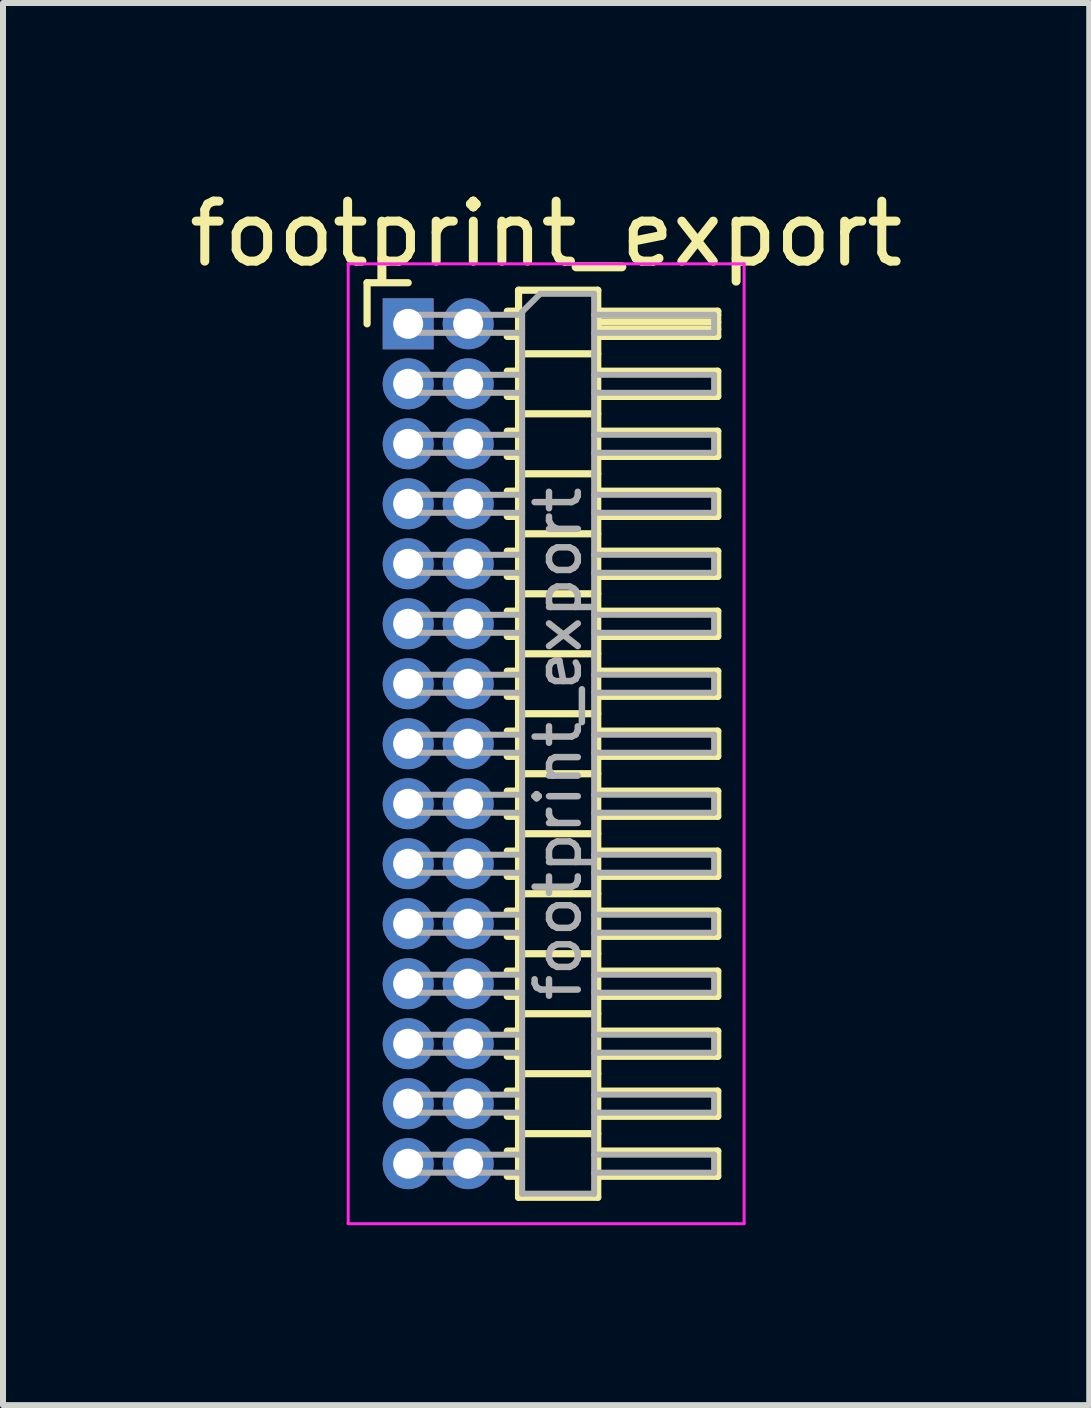
<source format=kicad_pcb>
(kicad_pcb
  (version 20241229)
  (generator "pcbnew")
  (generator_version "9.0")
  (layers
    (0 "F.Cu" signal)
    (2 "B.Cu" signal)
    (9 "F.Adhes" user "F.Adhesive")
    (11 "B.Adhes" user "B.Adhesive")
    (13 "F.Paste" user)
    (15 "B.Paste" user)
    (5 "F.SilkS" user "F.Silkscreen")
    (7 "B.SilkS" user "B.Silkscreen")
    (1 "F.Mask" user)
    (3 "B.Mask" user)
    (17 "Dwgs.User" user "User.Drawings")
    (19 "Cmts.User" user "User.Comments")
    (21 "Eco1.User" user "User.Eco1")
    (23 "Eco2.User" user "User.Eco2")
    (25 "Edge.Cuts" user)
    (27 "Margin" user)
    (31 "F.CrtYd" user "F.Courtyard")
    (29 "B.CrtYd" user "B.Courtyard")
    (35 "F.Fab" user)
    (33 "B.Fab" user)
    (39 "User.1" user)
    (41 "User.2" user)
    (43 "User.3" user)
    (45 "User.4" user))
  (footprint "footprint_export"
    (layer "F.Cu")
    (at 3.754 2.348)
    (property "Reference" "footprint_export" (at 2.3 -1.5 0) (layer "F.SilkS") (effects (font (size 1 1) (thickness 0.15))))
    (attr through_hole)
    (fp_line (start -0.685 -0.685) (end 0 -0.685) (stroke (width 0.12) (type solid)) (layer "F.SilkS"))
    (fp_line (start -0.685 0) (end -0.685 -0.685) (stroke (width 0.12) (type solid)) (layer "F.SilkS"))
    (fp_line (start 1.652 -0.21) (end 1.84 -0.21) (stroke (width 0.12) (type solid)) (layer "F.SilkS"))
    (fp_line (start 1.652 0.21) (end 1.84 0.21) (stroke (width 0.12) (type solid)) (layer "F.SilkS"))
    (fp_line (start 1.652 0.79) (end 1.84 0.79) (stroke (width 0.12) (type solid)) (layer "F.SilkS"))
    (fp_line (start 1.652 1.21) (end 1.84 1.21) (stroke (width 0.12) (type solid)) (layer "F.SilkS"))
    (fp_line (start 1.652 1.79) (end 1.84 1.79) (stroke (width 0.12) (type solid)) (layer "F.SilkS"))
    (fp_line (start 1.652 2.21) (end 1.84 2.21) (stroke (width 0.12) (type solid)) (layer "F.SilkS"))
    (fp_line (start 1.652 2.79) (end 1.84 2.79) (stroke (width 0.12) (type solid)) (layer "F.SilkS"))
    (fp_line (start 1.652 3.21) (end 1.84 3.21) (stroke (width 0.12) (type solid)) (layer "F.SilkS"))
    (fp_line (start 1.652 3.79) (end 1.84 3.79) (stroke (width 0.12) (type solid)) (layer "F.SilkS"))
    (fp_line (start 1.652 4.21) (end 1.84 4.21) (stroke (width 0.12) (type solid)) (layer "F.SilkS"))
    (fp_line (start 1.652 4.79) (end 1.84 4.79) (stroke (width 0.12) (type solid)) (layer "F.SilkS"))
    (fp_line (start 1.652 5.21) (end 1.84 5.21) (stroke (width 0.12) (type solid)) (layer "F.SilkS"))
    (fp_line (start 1.652 5.79) (end 1.84 5.79) (stroke (width 0.12) (type solid)) (layer "F.SilkS"))
    (fp_line (start 1.652 6.21) (end 1.84 6.21) (stroke (width 0.12) (type solid)) (layer "F.SilkS"))
    (fp_line (start 1.652 6.79) (end 1.84 6.79) (stroke (width 0.12) (type solid)) (layer "F.SilkS"))
    (fp_line (start 1.652 7.21) (end 1.84 7.21) (stroke (width 0.12) (type solid)) (layer "F.SilkS"))
    (fp_line (start 1.652 7.79) (end 1.84 7.79) (stroke (width 0.12) (type solid)) (layer "F.SilkS"))
    (fp_line (start 1.652 8.21) (end 1.84 8.21) (stroke (width 0.12) (type solid)) (layer "F.SilkS"))
    (fp_line (start 1.652 8.79) (end 1.84 8.79) (stroke (width 0.12) (type solid)) (layer "F.SilkS"))
    (fp_line (start 1.652 9.21) (end 1.84 9.21) (stroke (width 0.12) (type solid)) (layer "F.SilkS"))
    (fp_line (start 1.652 9.79) (end 1.84 9.79) (stroke (width 0.12) (type solid)) (layer "F.SilkS"))
    (fp_line (start 1.652 10.21) (end 1.84 10.21) (stroke (width 0.12) (type solid)) (layer "F.SilkS"))
    (fp_line (start 1.652 10.79) (end 1.84 10.79) (stroke (width 0.12) (type solid)) (layer "F.SilkS"))
    (fp_line (start 1.652 11.21) (end 1.84 11.21) (stroke (width 0.12) (type solid)) (layer "F.SilkS"))
    (fp_line (start 1.652 11.79) (end 1.84 11.79) (stroke (width 0.12) (type solid)) (layer "F.SilkS"))
    (fp_line (start 1.652 12.21) (end 1.84 12.21) (stroke (width 0.12) (type solid)) (layer "F.SilkS"))
    (fp_line (start 1.652 12.79) (end 1.84 12.79) (stroke (width 0.12) (type solid)) (layer "F.SilkS"))
    (fp_line (start 1.652 13.21) (end 1.84 13.21) (stroke (width 0.12) (type solid)) (layer "F.SilkS"))
    (fp_line (start 1.652 13.79) (end 1.84 13.79) (stroke (width 0.12) (type solid)) (layer "F.SilkS"))
    (fp_line (start 1.652 14.21) (end 1.84 14.21) (stroke (width 0.12) (type solid)) (layer "F.SilkS"))
    (fp_line (start 1.84 -0.56) (end 1.84 14.56) (stroke (width 0.12) (type solid)) (layer "F.SilkS"))
    (fp_line (start 1.84 0.5) (end 3.16 0.5) (stroke (width 0.12) (type solid)) (layer "F.SilkS"))
    (fp_line (start 1.84 1.5) (end 3.16 1.5) (stroke (width 0.12) (type solid)) (layer "F.SilkS"))
    (fp_line (start 1.84 2.5) (end 3.16 2.5) (stroke (width 0.12) (type solid)) (layer "F.SilkS"))
    (fp_line (start 1.84 3.5) (end 3.16 3.5) (stroke (width 0.12) (type solid)) (layer "F.SilkS"))
    (fp_line (start 1.84 4.5) (end 3.16 4.5) (stroke (width 0.12) (type solid)) (layer "F.SilkS"))
    (fp_line (start 1.84 5.5) (end 3.16 5.5) (stroke (width 0.12) (type solid)) (layer "F.SilkS"))
    (fp_line (start 1.84 6.5) (end 3.16 6.5) (stroke (width 0.12) (type solid)) (layer "F.SilkS"))
    (fp_line (start 1.84 7.5) (end 3.16 7.5) (stroke (width 0.12) (type solid)) (layer "F.SilkS"))
    (fp_line (start 1.84 8.5) (end 3.16 8.5) (stroke (width 0.12) (type solid)) (layer "F.SilkS"))
    (fp_line (start 1.84 9.5) (end 3.16 9.5) (stroke (width 0.12) (type solid)) (layer "F.SilkS"))
    (fp_line (start 1.84 10.5) (end 3.16 10.5) (stroke (width 0.12) (type solid)) (layer "F.SilkS"))
    (fp_line (start 1.84 11.5) (end 3.16 11.5) (stroke (width 0.12) (type solid)) (layer "F.SilkS"))
    (fp_line (start 1.84 12.5) (end 3.16 12.5) (stroke (width 0.12) (type solid)) (layer "F.SilkS"))
    (fp_line (start 1.84 13.5) (end 3.16 13.5) (stroke (width 0.12) (type solid)) (layer "F.SilkS"))
    (fp_line (start 1.84 14.56) (end 3.16 14.56) (stroke (width 0.12) (type solid)) (layer "F.SilkS"))
    (fp_line (start 3.16 -0.56) (end 1.84 -0.56) (stroke (width 0.12) (type solid)) (layer "F.SilkS"))
    (fp_line (start 3.16 -0.21) (end 5.16 -0.21) (stroke (width 0.12) (type solid)) (layer "F.SilkS"))
    (fp_line (start 3.16 -0.15) (end 5.16 -0.15) (stroke (width 0.12) (type solid)) (layer "F.SilkS"))
    (fp_line (start 3.16 -0.03) (end 5.16 -0.03) (stroke (width 0.12) (type solid)) (layer "F.SilkS"))
    (fp_line (start 3.16 0.09) (end 5.16 0.09) (stroke (width 0.12) (type solid)) (layer "F.SilkS"))
    (fp_line (start 3.16 0.79) (end 5.16 0.79) (stroke (width 0.12) (type solid)) (layer "F.SilkS"))
    (fp_line (start 3.16 1.79) (end 5.16 1.79) (stroke (width 0.12) (type solid)) (layer "F.SilkS"))
    (fp_line (start 3.16 2.79) (end 5.16 2.79) (stroke (width 0.12) (type solid)) (layer "F.SilkS"))
    (fp_line (start 3.16 3.79) (end 5.16 3.79) (stroke (width 0.12) (type solid)) (layer "F.SilkS"))
    (fp_line (start 3.16 4.79) (end 5.16 4.79) (stroke (width 0.12) (type solid)) (layer "F.SilkS"))
    (fp_line (start 3.16 5.79) (end 5.16 5.79) (stroke (width 0.12) (type solid)) (layer "F.SilkS"))
    (fp_line (start 3.16 6.79) (end 5.16 6.79) (stroke (width 0.12) (type solid)) (layer "F.SilkS"))
    (fp_line (start 3.16 7.79) (end 5.16 7.79) (stroke (width 0.12) (type solid)) (layer "F.SilkS"))
    (fp_line (start 3.16 8.79) (end 5.16 8.79) (stroke (width 0.12) (type solid)) (layer "F.SilkS"))
    (fp_line (start 3.16 9.79) (end 5.16 9.79) (stroke (width 0.12) (type solid)) (layer "F.SilkS"))
    (fp_line (start 3.16 10.79) (end 5.16 10.79) (stroke (width 0.12) (type solid)) (layer "F.SilkS"))
    (fp_line (start 3.16 11.79) (end 5.16 11.79) (stroke (width 0.12) (type solid)) (layer "F.SilkS"))
    (fp_line (start 3.16 12.79) (end 5.16 12.79) (stroke (width 0.12) (type solid)) (layer "F.SilkS"))
    (fp_line (start 3.16 13.79) (end 5.16 13.79) (stroke (width 0.12) (type solid)) (layer "F.SilkS"))
    (fp_line (start 3.16 14.56) (end 3.16 -0.56) (stroke (width 0.12) (type solid)) (layer "F.SilkS"))
    (fp_line (start 5.16 -0.21) (end 5.16 0.21) (stroke (width 0.12) (type solid)) (layer "F.SilkS"))
    (fp_line (start 5.16 0.21) (end 3.16 0.21) (stroke (width 0.12) (type solid)) (layer "F.SilkS"))
    (fp_line (start 5.16 0.79) (end 5.16 1.21) (stroke (width 0.12) (type solid)) (layer "F.SilkS"))
    (fp_line (start 5.16 1.21) (end 3.16 1.21) (stroke (width 0.12) (type solid)) (layer "F.SilkS"))
    (fp_line (start 5.16 1.79) (end 5.16 2.21) (stroke (width 0.12) (type solid)) (layer "F.SilkS"))
    (fp_line (start 5.16 2.21) (end 3.16 2.21) (stroke (width 0.12) (type solid)) (layer "F.SilkS"))
    (fp_line (start 5.16 2.79) (end 5.16 3.21) (stroke (width 0.12) (type solid)) (layer "F.SilkS"))
    (fp_line (start 5.16 3.21) (end 3.16 3.21) (stroke (width 0.12) (type solid)) (layer "F.SilkS"))
    (fp_line (start 5.16 3.79) (end 5.16 4.21) (stroke (width 0.12) (type solid)) (layer "F.SilkS"))
    (fp_line (start 5.16 4.21) (end 3.16 4.21) (stroke (width 0.12) (type solid)) (layer "F.SilkS"))
    (fp_line (start 5.16 4.79) (end 5.16 5.21) (stroke (width 0.12) (type solid)) (layer "F.SilkS"))
    (fp_line (start 5.16 5.21) (end 3.16 5.21) (stroke (width 0.12) (type solid)) (layer "F.SilkS"))
    (fp_line (start 5.16 5.79) (end 5.16 6.21) (stroke (width 0.12) (type solid)) (layer "F.SilkS"))
    (fp_line (start 5.16 6.21) (end 3.16 6.21) (stroke (width 0.12) (type solid)) (layer "F.SilkS"))
    (fp_line (start 5.16 6.79) (end 5.16 7.21) (stroke (width 0.12) (type solid)) (layer "F.SilkS"))
    (fp_line (start 5.16 7.21) (end 3.16 7.21) (stroke (width 0.12) (type solid)) (layer "F.SilkS"))
    (fp_line (start 5.16 7.79) (end 5.16 8.21) (stroke (width 0.12) (type solid)) (layer "F.SilkS"))
    (fp_line (start 5.16 8.21) (end 3.16 8.21) (stroke (width 0.12) (type solid)) (layer "F.SilkS"))
    (fp_line (start 5.16 8.79) (end 5.16 9.21) (stroke (width 0.12) (type solid)) (layer "F.SilkS"))
    (fp_line (start 5.16 9.21) (end 3.16 9.21) (stroke (width 0.12) (type solid)) (layer "F.SilkS"))
    (fp_line (start 5.16 9.79) (end 5.16 10.21) (stroke (width 0.12) (type solid)) (layer "F.SilkS"))
    (fp_line (start 5.16 10.21) (end 3.16 10.21) (stroke (width 0.12) (type solid)) (layer "F.SilkS"))
    (fp_line (start 5.16 10.79) (end 5.16 11.21) (stroke (width 0.12) (type solid)) (layer "F.SilkS"))
    (fp_line (start 5.16 11.21) (end 3.16 11.21) (stroke (width 0.12) (type solid)) (layer "F.SilkS"))
    (fp_line (start 5.16 11.79) (end 5.16 12.21) (stroke (width 0.12) (type solid)) (layer "F.SilkS"))
    (fp_line (start 5.16 12.21) (end 3.16 12.21) (stroke (width 0.12) (type solid)) (layer "F.SilkS"))
    (fp_line (start 5.16 12.79) (end 5.16 13.21) (stroke (width 0.12) (type solid)) (layer "F.SilkS"))
    (fp_line (start 5.16 13.21) (end 3.16 13.21) (stroke (width 0.12) (type solid)) (layer "F.SilkS"))
    (fp_line (start 5.16 13.79) (end 5.16 14.21) (stroke (width 0.12) (type solid)) (layer "F.SilkS"))
    (fp_line (start 5.16 14.21) (end 3.16 14.21) (stroke (width 0.12) (type solid)) (layer "F.SilkS"))
    (fp_line (start -1 -1) (end -1 15) (stroke (width 0.05) (type solid)) (layer "F.CrtYd"))
    (fp_line (start -1 15) (end 5.6 15) (stroke (width 0.05) (type solid)) (layer "F.CrtYd"))
    (fp_line (start 5.6 -1) (end -1 -1) (stroke (width 0.05) (type solid)) (layer "F.CrtYd"))
    (fp_line (start 5.6 15) (end 5.6 -1) (stroke (width 0.05) (type solid)) (layer "F.CrtYd"))
    (fp_line (start -0.15 -0.15) (end -0.15 0.15) (stroke (width 0.1) (type solid)) (layer "F.Fab"))
    (fp_line (start -0.15 -0.15) (end 1.9 -0.15) (stroke (width 0.1) (type solid)) (layer "F.Fab"))
    (fp_line (start -0.15 0.15) (end 1.9 0.15) (stroke (width 0.1) (type solid)) (layer "F.Fab"))
    (fp_line (start -0.15 0.85) (end -0.15 1.15) (stroke (width 0.1) (type solid)) (layer "F.Fab"))
    (fp_line (start -0.15 0.85) (end 1.9 0.85) (stroke (width 0.1) (type solid)) (layer "F.Fab"))
    (fp_line (start -0.15 1.15) (end 1.9 1.15) (stroke (width 0.1) (type solid)) (layer "F.Fab"))
    (fp_line (start -0.15 1.85) (end -0.15 2.15) (stroke (width 0.1) (type solid)) (layer "F.Fab"))
    (fp_line (start -0.15 1.85) (end 1.9 1.85) (stroke (width 0.1) (type solid)) (layer "F.Fab"))
    (fp_line (start -0.15 2.15) (end 1.9 2.15) (stroke (width 0.1) (type solid)) (layer "F.Fab"))
    (fp_line (start -0.15 2.85) (end -0.15 3.15) (stroke (width 0.1) (type solid)) (layer "F.Fab"))
    (fp_line (start -0.15 2.85) (end 1.9 2.85) (stroke (width 0.1) (type solid)) (layer "F.Fab"))
    (fp_line (start -0.15 3.15) (end 1.9 3.15) (stroke (width 0.1) (type solid)) (layer "F.Fab"))
    (fp_line (start -0.15 3.85) (end -0.15 4.15) (stroke (width 0.1) (type solid)) (layer "F.Fab"))
    (fp_line (start -0.15 3.85) (end 1.9 3.85) (stroke (width 0.1) (type solid)) (layer "F.Fab"))
    (fp_line (start -0.15 4.15) (end 1.9 4.15) (stroke (width 0.1) (type solid)) (layer "F.Fab"))
    (fp_line (start -0.15 4.85) (end -0.15 5.15) (stroke (width 0.1) (type solid)) (layer "F.Fab"))
    (fp_line (start -0.15 4.85) (end 1.9 4.85) (stroke (width 0.1) (type solid)) (layer "F.Fab"))
    (fp_line (start -0.15 5.15) (end 1.9 5.15) (stroke (width 0.1) (type solid)) (layer "F.Fab"))
    (fp_line (start -0.15 5.85) (end -0.15 6.15) (stroke (width 0.1) (type solid)) (layer "F.Fab"))
    (fp_line (start -0.15 5.85) (end 1.9 5.85) (stroke (width 0.1) (type solid)) (layer "F.Fab"))
    (fp_line (start -0.15 6.15) (end 1.9 6.15) (stroke (width 0.1) (type solid)) (layer "F.Fab"))
    (fp_line (start -0.15 6.85) (end -0.15 7.15) (stroke (width 0.1) (type solid)) (layer "F.Fab"))
    (fp_line (start -0.15 6.85) (end 1.9 6.85) (stroke (width 0.1) (type solid)) (layer "F.Fab"))
    (fp_line (start -0.15 7.15) (end 1.9 7.15) (stroke (width 0.1) (type solid)) (layer "F.Fab"))
    (fp_line (start -0.15 7.85) (end -0.15 8.15) (stroke (width 0.1) (type solid)) (layer "F.Fab"))
    (fp_line (start -0.15 7.85) (end 1.9 7.85) (stroke (width 0.1) (type solid)) (layer "F.Fab"))
    (fp_line (start -0.15 8.15) (end 1.9 8.15) (stroke (width 0.1) (type solid)) (layer "F.Fab"))
    (fp_line (start -0.15 8.85) (end -0.15 9.15) (stroke (width 0.1) (type solid)) (layer "F.Fab"))
    (fp_line (start -0.15 8.85) (end 1.9 8.85) (stroke (width 0.1) (type solid)) (layer "F.Fab"))
    (fp_line (start -0.15 9.15) (end 1.9 9.15) (stroke (width 0.1) (type solid)) (layer "F.Fab"))
    (fp_line (start -0.15 9.85) (end -0.15 10.15) (stroke (width 0.1) (type solid)) (layer "F.Fab"))
    (fp_line (start -0.15 9.85) (end 1.9 9.85) (stroke (width 0.1) (type solid)) (layer "F.Fab"))
    (fp_line (start -0.15 10.15) (end 1.9 10.15) (stroke (width 0.1) (type solid)) (layer "F.Fab"))
    (fp_line (start -0.15 10.85) (end -0.15 11.15) (stroke (width 0.1) (type solid)) (layer "F.Fab"))
    (fp_line (start -0.15 10.85) (end 1.9 10.85) (stroke (width 0.1) (type solid)) (layer "F.Fab"))
    (fp_line (start -0.15 11.15) (end 1.9 11.15) (stroke (width 0.1) (type solid)) (layer "F.Fab"))
    (fp_line (start -0.15 11.85) (end -0.15 12.15) (stroke (width 0.1) (type solid)) (layer "F.Fab"))
    (fp_line (start -0.15 11.85) (end 1.9 11.85) (stroke (width 0.1) (type solid)) (layer "F.Fab"))
    (fp_line (start -0.15 12.15) (end 1.9 12.15) (stroke (width 0.1) (type solid)) (layer "F.Fab"))
    (fp_line (start -0.15 12.85) (end -0.15 13.15) (stroke (width 0.1) (type solid)) (layer "F.Fab"))
    (fp_line (start -0.15 12.85) (end 1.9 12.85) (stroke (width 0.1) (type solid)) (layer "F.Fab"))
    (fp_line (start -0.15 13.15) (end 1.9 13.15) (stroke (width 0.1) (type solid)) (layer "F.Fab"))
    (fp_line (start -0.15 13.85) (end -0.15 14.15) (stroke (width 0.1) (type solid)) (layer "F.Fab"))
    (fp_line (start -0.15 13.85) (end 1.9 13.85) (stroke (width 0.1) (type solid)) (layer "F.Fab"))
    (fp_line (start -0.15 14.15) (end 1.9 14.15) (stroke (width 0.1) (type solid)) (layer "F.Fab"))
    (fp_line (start 1.9 -0.2) (end 2.2 -0.5) (stroke (width 0.1) (type solid)) (layer "F.Fab"))
    (fp_line (start 1.9 14.5) (end 1.9 -0.2) (stroke (width 0.1) (type solid)) (layer "F.Fab"))
    (fp_line (start 2.2 -0.5) (end 3.1 -0.5) (stroke (width 0.1) (type solid)) (layer "F.Fab"))
    (fp_line (start 3.1 -0.5) (end 3.1 14.5) (stroke (width 0.1) (type solid)) (layer "F.Fab"))
    (fp_line (start 3.1 -0.15) (end 5.1 -0.15) (stroke (width 0.1) (type solid)) (layer "F.Fab"))
    (fp_line (start 3.1 0.15) (end 5.1 0.15) (stroke (width 0.1) (type solid)) (layer "F.Fab"))
    (fp_line (start 3.1 0.85) (end 5.1 0.85) (stroke (width 0.1) (type solid)) (layer "F.Fab"))
    (fp_line (start 3.1 1.15) (end 5.1 1.15) (stroke (width 0.1) (type solid)) (layer "F.Fab"))
    (fp_line (start 3.1 1.85) (end 5.1 1.85) (stroke (width 0.1) (type solid)) (layer "F.Fab"))
    (fp_line (start 3.1 2.15) (end 5.1 2.15) (stroke (width 0.1) (type solid)) (layer "F.Fab"))
    (fp_line (start 3.1 2.85) (end 5.1 2.85) (stroke (width 0.1) (type solid)) (layer "F.Fab"))
    (fp_line (start 3.1 3.15) (end 5.1 3.15) (stroke (width 0.1) (type solid)) (layer "F.Fab"))
    (fp_line (start 3.1 3.85) (end 5.1 3.85) (stroke (width 0.1) (type solid)) (layer "F.Fab"))
    (fp_line (start 3.1 4.15) (end 5.1 4.15) (stroke (width 0.1) (type solid)) (layer "F.Fab"))
    (fp_line (start 3.1 4.85) (end 5.1 4.85) (stroke (width 0.1) (type solid)) (layer "F.Fab"))
    (fp_line (start 3.1 5.15) (end 5.1 5.15) (stroke (width 0.1) (type solid)) (layer "F.Fab"))
    (fp_line (start 3.1 5.85) (end 5.1 5.85) (stroke (width 0.1) (type solid)) (layer "F.Fab"))
    (fp_line (start 3.1 6.15) (end 5.1 6.15) (stroke (width 0.1) (type solid)) (layer "F.Fab"))
    (fp_line (start 3.1 6.85) (end 5.1 6.85) (stroke (width 0.1) (type solid)) (layer "F.Fab"))
    (fp_line (start 3.1 7.15) (end 5.1 7.15) (stroke (width 0.1) (type solid)) (layer "F.Fab"))
    (fp_line (start 3.1 7.85) (end 5.1 7.85) (stroke (width 0.1) (type solid)) (layer "F.Fab"))
    (fp_line (start 3.1 8.15) (end 5.1 8.15) (stroke (width 0.1) (type solid)) (layer "F.Fab"))
    (fp_line (start 3.1 8.85) (end 5.1 8.85) (stroke (width 0.1) (type solid)) (layer "F.Fab"))
    (fp_line (start 3.1 9.15) (end 5.1 9.15) (stroke (width 0.1) (type solid)) (layer "F.Fab"))
    (fp_line (start 3.1 9.85) (end 5.1 9.85) (stroke (width 0.1) (type solid)) (layer "F.Fab"))
    (fp_line (start 3.1 10.15) (end 5.1 10.15) (stroke (width 0.1) (type solid)) (layer "F.Fab"))
    (fp_line (start 3.1 10.85) (end 5.1 10.85) (stroke (width 0.1) (type solid)) (layer "F.Fab"))
    (fp_line (start 3.1 11.15) (end 5.1 11.15) (stroke (width 0.1) (type solid)) (layer "F.Fab"))
    (fp_line (start 3.1 11.85) (end 5.1 11.85) (stroke (width 0.1) (type solid)) (layer "F.Fab"))
    (fp_line (start 3.1 12.15) (end 5.1 12.15) (stroke (width 0.1) (type solid)) (layer "F.Fab"))
    (fp_line (start 3.1 12.85) (end 5.1 12.85) (stroke (width 0.1) (type solid)) (layer "F.Fab"))
    (fp_line (start 3.1 13.15) (end 5.1 13.15) (stroke (width 0.1) (type solid)) (layer "F.Fab"))
    (fp_line (start 3.1 13.85) (end 5.1 13.85) (stroke (width 0.1) (type solid)) (layer "F.Fab"))
    (fp_line (start 3.1 14.15) (end 5.1 14.15) (stroke (width 0.1) (type solid)) (layer "F.Fab"))
    (fp_line (start 3.1 14.5) (end 1.9 14.5) (stroke (width 0.1) (type solid)) (layer "F.Fab"))
    (fp_line (start 5.1 -0.15) (end 5.1 0.15) (stroke (width 0.1) (type solid)) (layer "F.Fab"))
    (fp_line (start 5.1 0.85) (end 5.1 1.15) (stroke (width 0.1) (type solid)) (layer "F.Fab"))
    (fp_line (start 5.1 1.85) (end 5.1 2.15) (stroke (width 0.1) (type solid)) (layer "F.Fab"))
    (fp_line (start 5.1 2.85) (end 5.1 3.15) (stroke (width 0.1) (type solid)) (layer "F.Fab"))
    (fp_line (start 5.1 3.85) (end 5.1 4.15) (stroke (width 0.1) (type solid)) (layer "F.Fab"))
    (fp_line (start 5.1 4.85) (end 5.1 5.15) (stroke (width 0.1) (type solid)) (layer "F.Fab"))
    (fp_line (start 5.1 5.85) (end 5.1 6.15) (stroke (width 0.1) (type solid)) (layer "F.Fab"))
    (fp_line (start 5.1 6.85) (end 5.1 7.15) (stroke (width 0.1) (type solid)) (layer "F.Fab"))
    (fp_line (start 5.1 7.85) (end 5.1 8.15) (stroke (width 0.1) (type solid)) (layer "F.Fab"))
    (fp_line (start 5.1 8.85) (end 5.1 9.15) (stroke (width 0.1) (type solid)) (layer "F.Fab"))
    (fp_line (start 5.1 9.85) (end 5.1 10.15) (stroke (width 0.1) (type solid)) (layer "F.Fab"))
    (fp_line (start 5.1 10.85) (end 5.1 11.15) (stroke (width 0.1) (type solid)) (layer "F.Fab"))
    (fp_line (start 5.1 11.85) (end 5.1 12.15) (stroke (width 0.1) (type solid)) (layer "F.Fab"))
    (fp_line (start 5.1 12.85) (end 5.1 13.15) (stroke (width 0.1) (type solid)) (layer "F.Fab"))
    (fp_line (start 5.1 13.85) (end 5.1 14.15) (stroke (width 0.1) (type solid)) (layer "F.Fab"))
    (fp_text user "${REFERENCE}" (at 2.5 7 90) (layer "F.Fab") (effects (font (size 0.72 0.72) (thickness 0.108))))
    (pad "1" thru_hole rect (at 0 0) (size 0.85 0.85) (drill 0.5) (layers "*.Cu" "*.Mask"))
    (pad "2" thru_hole oval (at 1 0) (size 0.85 0.85) (drill 0.5) (layers "*.Cu" "*.Mask"))
    (pad "3" thru_hole oval (at 0 1) (size 0.85 0.85) (drill 0.5) (layers "*.Cu" "*.Mask"))
    (pad "4" thru_hole oval (at 1 1) (size 0.85 0.85) (drill 0.5) (layers "*.Cu" "*.Mask"))
    (pad "5" thru_hole oval (at 0 2) (size 0.85 0.85) (drill 0.5) (layers "*.Cu" "*.Mask"))
    (pad "6" thru_hole oval (at 1 2) (size 0.85 0.85) (drill 0.5) (layers "*.Cu" "*.Mask"))
    (pad "7" thru_hole oval (at 0 3) (size 0.85 0.85) (drill 0.5) (layers "*.Cu" "*.Mask"))
    (pad "8" thru_hole oval (at 1 3) (size 0.85 0.85) (drill 0.5) (layers "*.Cu" "*.Mask"))
    (pad "9" thru_hole oval (at 0 4) (size 0.85 0.85) (drill 0.5) (layers "*.Cu" "*.Mask"))
    (pad "10" thru_hole oval (at 1 4) (size 0.85 0.85) (drill 0.5) (layers "*.Cu" "*.Mask"))
    (pad "11" thru_hole oval (at 0 5) (size 0.85 0.85) (drill 0.5) (layers "*.Cu" "*.Mask"))
    (pad "12" thru_hole oval (at 1 5) (size 0.85 0.85) (drill 0.5) (layers "*.Cu" "*.Mask"))
    (pad "13" thru_hole oval (at 0 6) (size 0.85 0.85) (drill 0.5) (layers "*.Cu" "*.Mask"))
    (pad "14" thru_hole oval (at 1 6) (size 0.85 0.85) (drill 0.5) (layers "*.Cu" "*.Mask"))
    (pad "15" thru_hole oval (at 0 7) (size 0.85 0.85) (drill 0.5) (layers "*.Cu" "*.Mask"))
    (pad "16" thru_hole oval (at 1 7) (size 0.85 0.85) (drill 0.5) (layers "*.Cu" "*.Mask"))
    (pad "17" thru_hole oval (at 0 8) (size 0.85 0.85) (drill 0.5) (layers "*.Cu" "*.Mask"))
    (pad "18" thru_hole oval (at 1 8) (size 0.85 0.85) (drill 0.5) (layers "*.Cu" "*.Mask"))
    (pad "19" thru_hole oval (at 0 9) (size 0.85 0.85) (drill 0.5) (layers "*.Cu" "*.Mask"))
    (pad "20" thru_hole oval (at 1 9) (size 0.85 0.85) (drill 0.5) (layers "*.Cu" "*.Mask"))
    (pad "21" thru_hole oval (at 0 10) (size 0.85 0.85) (drill 0.5) (layers "*.Cu" "*.Mask"))
    (pad "22" thru_hole oval (at 1 10) (size 0.85 0.85) (drill 0.5) (layers "*.Cu" "*.Mask"))
    (pad "23" thru_hole oval (at 0 11) (size 0.85 0.85) (drill 0.5) (layers "*.Cu" "*.Mask"))
    (pad "24" thru_hole oval (at 1 11) (size 0.85 0.85) (drill 0.5) (layers "*.Cu" "*.Mask"))
    (pad "25" thru_hole oval (at 0 12) (size 0.85 0.85) (drill 0.5) (layers "*.Cu" "*.Mask"))
    (pad "26" thru_hole oval (at 1 12) (size 0.85 0.85) (drill 0.5) (layers "*.Cu" "*.Mask"))
    (pad "27" thru_hole oval (at 0 13) (size 0.85 0.85) (drill 0.5) (layers "*.Cu" "*.Mask"))
    (pad "28" thru_hole oval (at 1 13) (size 0.85 0.85) (drill 0.5) (layers "*.Cu" "*.Mask"))
    (pad "29" thru_hole oval (at 0 14) (size 0.85 0.85) (drill 0.5) (layers "*.Cu" "*.Mask"))
    (pad "30" thru_hole oval (at 1 14) (size 0.85 0.85) (drill 0.5) (layers "*.Cu" "*.Mask")))
  (gr_rect
    (start -3 -3)
    (end 15.107 20.373)
    (stroke (width 0.1) (type default))
    (fill no)
    (layer "Edge.Cuts")))
</source>
